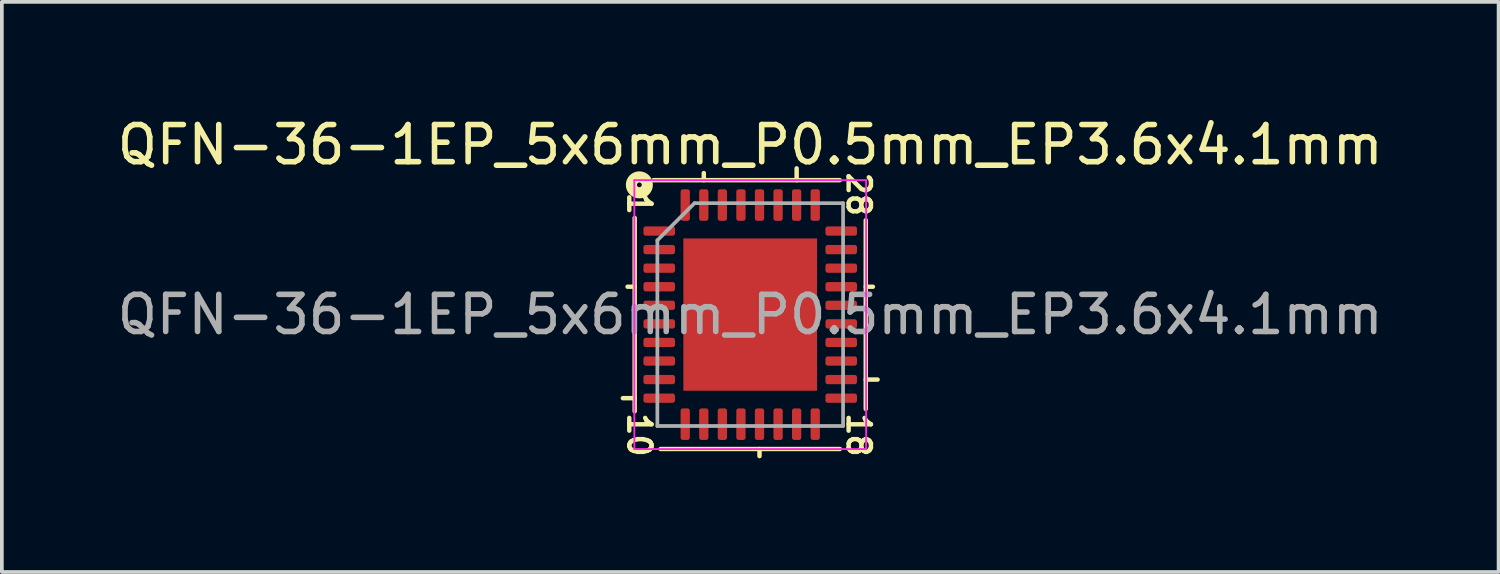
<source format=kicad_pcb>
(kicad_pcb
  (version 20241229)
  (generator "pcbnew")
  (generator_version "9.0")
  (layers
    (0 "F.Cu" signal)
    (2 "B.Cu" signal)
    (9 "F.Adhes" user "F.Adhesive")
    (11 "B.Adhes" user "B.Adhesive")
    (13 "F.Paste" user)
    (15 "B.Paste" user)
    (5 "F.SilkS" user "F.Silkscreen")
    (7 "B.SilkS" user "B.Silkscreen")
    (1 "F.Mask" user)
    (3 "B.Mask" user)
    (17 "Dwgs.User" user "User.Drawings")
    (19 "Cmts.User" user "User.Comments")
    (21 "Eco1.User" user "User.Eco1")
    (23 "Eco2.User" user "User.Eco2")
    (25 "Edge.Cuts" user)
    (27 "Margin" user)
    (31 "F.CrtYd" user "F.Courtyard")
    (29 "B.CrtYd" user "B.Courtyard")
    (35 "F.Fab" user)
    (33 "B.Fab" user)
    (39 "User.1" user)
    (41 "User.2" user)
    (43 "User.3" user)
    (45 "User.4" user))
  (footprint "QFN-36-1EP_5x6mm_P0.5mm_EP3.6x4.1mm"
    (layer "F.Cu")
    (at 17.149 5.42)
    (property "Reference" "QFN-36-1EP_5x6mm_P0.5mm_EP3.6x4.1mm" (at 0 -4.572 0) (layer "F.SilkS") (effects (font (size 1 1) (thickness 0.15))))
    (attr smd)
    (fp_line (start -3.111 -2.603) (end -3.111 2.603) (stroke (width 0.12) (type solid)) (layer "F.SilkS"))
    (fp_line (start -3.111 -0.75) (end -3.302 -0.75) (stroke (width 0.12) (type solid)) (layer "F.SilkS"))
    (fp_line (start -3.111 2.25) (end -3.429 2.25) (stroke (width 0.12) (type solid)) (layer "F.SilkS"))
    (fp_line (start -2.413 3.619) (end 2.413 3.619) (stroke (width 0.12) (type solid)) (layer "F.SilkS"))
    (fp_line (start -1.25 -3.619) (end -1.25 -3.81) (stroke (width 0.12) (type solid)) (layer "F.SilkS"))
    (fp_line (start 0.25 3.619) (end 0.25 3.81) (stroke (width 0.12) (type solid)) (layer "F.SilkS"))
    (fp_line (start 1.25 -3.619) (end 1.25 -3.937) (stroke (width 0.12) (type solid)) (layer "F.SilkS"))
    (fp_line (start 2.413 -3.619) (end -2.603 -3.619) (stroke (width 0.12) (type solid)) (layer "F.SilkS"))
    (fp_line (start 3.111 -0.75) (end 3.302 -0.75) (stroke (width 0.12) (type solid)) (layer "F.SilkS"))
    (fp_line (start 3.111 1.75) (end 3.429 1.75) (stroke (width 0.12) (type solid)) (layer "F.SilkS"))
    (fp_line (start 3.111 2.54) (end 3.111 -2.54) (stroke (width 0.12) (type solid)) (layer "F.SilkS"))
    (fp_circle (center -2.985 -3.493) (end -2.921 -3.493) (stroke (width 0.3) (type solid)) (fill no) (layer "F.SilkS"))
    (fp_line (start -3.12 -3.62) (end -3.12 3.62) (stroke (width 0.05) (type solid)) (layer "F.CrtYd"))
    (fp_line (start -3.12 3.62) (end 3.12 3.62) (stroke (width 0.05) (type solid)) (layer "F.CrtYd"))
    (fp_line (start 3.12 -3.62) (end -3.12 -3.62) (stroke (width 0.05) (type solid)) (layer "F.CrtYd"))
    (fp_line (start 3.12 3.62) (end 3.12 -3.62) (stroke (width 0.05) (type solid)) (layer "F.CrtYd"))
    (fp_line (start -2.5 -2) (end -1.5 -3) (stroke (width 0.1) (type solid)) (layer "F.Fab"))
    (fp_line (start -2.5 3) (end -2.5 -2) (stroke (width 0.1) (type solid)) (layer "F.Fab"))
    (fp_line (start -1.5 -3) (end 2.5 -3) (stroke (width 0.1) (type solid)) (layer "F.Fab"))
    (fp_line (start 2.5 -3) (end 2.5 3) (stroke (width 0.1) (type solid)) (layer "F.Fab"))
    (fp_line (start 2.5 3) (end -2.5 3) (stroke (width 0.1) (type solid)) (layer "F.Fab"))
    (fp_text user "10" (at -2.985 3.239 270) (unlocked yes) (layer "F.SilkS") (effects (font (size 0.6 0.6) (thickness 0.12))))
    (fp_text user "1" (at -2.985 -2.985 270) (unlocked yes) (layer "F.SilkS") (effects (font (size 0.6 0.6) (thickness 0.12))))
    (fp_text user "28" (at 2.921 -3.239 270) (unlocked yes) (layer "F.SilkS") (effects (font (size 0.6 0.6) (thickness 0.12))))
    (fp_text user "18" (at 2.921 3.239 270) (unlocked yes) (layer "F.SilkS") (effects (font (size 0.6 0.6) (thickness 0.12))))
    (fp_text user "${REFERENCE}" (at 0 0 0) (layer "F.Fab") (effects (font (size 1 1) (thickness 0.15))))
    (pad "" smd roundrect (at -1.2 -1.37) (size 0.97 1.1) (layers "F.Paste") (roundrect_rratio 0.25))
    (pad "" smd roundrect (at -1.2 0) (size 0.97 1.1) (layers "F.Paste") (roundrect_rratio 0.25))
    (pad "" smd roundrect (at -1.2 1.37) (size 0.97 1.1) (layers "F.Paste") (roundrect_rratio 0.25))
    (pad "" smd roundrect (at 0 -1.37) (size 0.97 1.1) (layers "F.Paste") (roundrect_rratio 0.25))
    (pad "" smd roundrect (at 0 0) (size 0.97 1.1) (layers "F.Paste") (roundrect_rratio 0.25))
    (pad "" smd roundrect (at 0 1.37) (size 0.97 1.1) (layers "F.Paste") (roundrect_rratio 0.25))
    (pad "" smd roundrect (at 1.2 -1.37) (size 0.97 1.1) (layers "F.Paste") (roundrect_rratio 0.25))
    (pad "" smd roundrect (at 1.2 0) (size 0.97 1.1) (layers "F.Paste") (roundrect_rratio 0.25))
    (pad "" smd roundrect (at 1.2 1.37) (size 0.97 1.1) (layers "F.Paste") (roundrect_rratio 0.25))
    (pad "1" smd roundrect (at -2.45 -2.25) (size 0.85 0.25) (layers "F.Cu" "F.Mask" "F.Paste") (roundrect_rratio 0.25))
    (pad "2" smd roundrect (at -2.45 -1.75) (size 0.85 0.25) (layers "F.Cu" "F.Mask" "F.Paste") (roundrect_rratio 0.25))
    (pad "3" smd roundrect (at -2.45 -1.25) (size 0.85 0.25) (layers "F.Cu" "F.Mask" "F.Paste") (roundrect_rratio 0.25))
    (pad "4" smd roundrect (at -2.45 -0.75) (size 0.85 0.25) (layers "F.Cu" "F.Mask" "F.Paste") (roundrect_rratio 0.25))
    (pad "5" smd roundrect (at -2.45 -0.25) (size 0.85 0.25) (layers "F.Cu" "F.Mask" "F.Paste") (roundrect_rratio 0.25))
    (pad "6" smd roundrect (at -2.45 0.25) (size 0.85 0.25) (layers "F.Cu" "F.Mask" "F.Paste") (roundrect_rratio 0.25))
    (pad "7" smd roundrect (at -2.45 0.75) (size 0.85 0.25) (layers "F.Cu" "F.Mask" "F.Paste") (roundrect_rratio 0.25))
    (pad "8" smd roundrect (at -2.45 1.25) (size 0.85 0.25) (layers "F.Cu" "F.Mask" "F.Paste") (roundrect_rratio 0.25))
    (pad "9" smd roundrect (at -2.45 1.75) (size 0.85 0.25) (layers "F.Cu" "F.Mask" "F.Paste") (roundrect_rratio 0.25))
    (pad "10" smd roundrect (at -2.45 2.25) (size 0.85 0.25) (layers "F.Cu" "F.Mask" "F.Paste") (roundrect_rratio 0.25))
    (pad "11" smd roundrect (at -1.75 2.95) (size 0.25 0.85) (layers "F.Cu" "F.Mask" "F.Paste") (roundrect_rratio 0.25))
    (pad "12" smd roundrect (at -1.25 2.95) (size 0.25 0.85) (layers "F.Cu" "F.Mask" "F.Paste") (roundrect_rratio 0.25))
    (pad "13" smd roundrect (at -0.75 2.95) (size 0.25 0.85) (layers "F.Cu" "F.Mask" "F.Paste") (roundrect_rratio 0.25))
    (pad "14" smd roundrect (at -0.25 2.95) (size 0.25 0.85) (layers "F.Cu" "F.Mask" "F.Paste") (roundrect_rratio 0.25))
    (pad "15" smd roundrect (at 0.25 2.95) (size 0.25 0.85) (layers "F.Cu" "F.Mask" "F.Paste") (roundrect_rratio 0.25))
    (pad "16" smd roundrect (at 0.75 2.95) (size 0.25 0.85) (layers "F.Cu" "F.Mask" "F.Paste") (roundrect_rratio 0.25))
    (pad "17" smd roundrect (at 1.25 2.95) (size 0.25 0.85) (layers "F.Cu" "F.Mask" "F.Paste") (roundrect_rratio 0.25))
    (pad "18" smd roundrect (at 1.75 2.95) (size 0.25 0.85) (layers "F.Cu" "F.Mask" "F.Paste") (roundrect_rratio 0.25))
    (pad "19" smd roundrect (at 2.45 2.25) (size 0.85 0.25) (layers "F.Cu" "F.Mask" "F.Paste") (roundrect_rratio 0.25))
    (pad "20" smd roundrect (at 2.45 1.75) (size 0.85 0.25) (layers "F.Cu" "F.Mask" "F.Paste") (roundrect_rratio 0.25))
    (pad "21" smd roundrect (at 2.45 1.25) (size 0.85 0.25) (layers "F.Cu" "F.Mask" "F.Paste") (roundrect_rratio 0.25))
    (pad "22" smd roundrect (at 2.45 0.75) (size 0.85 0.25) (layers "F.Cu" "F.Mask" "F.Paste") (roundrect_rratio 0.25))
    (pad "23" smd roundrect (at 2.45 0.25) (size 0.85 0.25) (layers "F.Cu" "F.Mask" "F.Paste") (roundrect_rratio 0.25))
    (pad "24" smd roundrect (at 2.45 -0.25) (size 0.85 0.25) (layers "F.Cu" "F.Mask" "F.Paste") (roundrect_rratio 0.25))
    (pad "25" smd roundrect (at 2.45 -0.75) (size 0.85 0.25) (layers "F.Cu" "F.Mask" "F.Paste") (roundrect_rratio 0.25))
    (pad "26" smd roundrect (at 2.45 -1.25) (size 0.85 0.25) (layers "F.Cu" "F.Mask" "F.Paste") (roundrect_rratio 0.25))
    (pad "27" smd roundrect (at 2.45 -1.75) (size 0.85 0.25) (layers "F.Cu" "F.Mask" "F.Paste") (roundrect_rratio 0.25))
    (pad "28" smd roundrect (at 2.45 -2.25) (size 0.85 0.25) (layers "F.Cu" "F.Mask" "F.Paste") (roundrect_rratio 0.25))
    (pad "29" smd roundrect (at 1.75 -2.95) (size 0.25 0.85) (layers "F.Cu" "F.Mask" "F.Paste") (roundrect_rratio 0.25))
    (pad "30" smd roundrect (at 1.25 -2.95) (size 0.25 0.85) (layers "F.Cu" "F.Mask" "F.Paste") (roundrect_rratio 0.25))
    (pad "31" smd roundrect (at 0.75 -2.95) (size 0.25 0.85) (layers "F.Cu" "F.Mask" "F.Paste") (roundrect_rratio 0.25))
    (pad "32" smd roundrect (at 0.25 -2.95) (size 0.25 0.85) (layers "F.Cu" "F.Mask" "F.Paste") (roundrect_rratio 0.25))
    (pad "33" smd roundrect (at -0.25 -2.95) (size 0.25 0.85) (layers "F.Cu" "F.Mask" "F.Paste") (roundrect_rratio 0.25))
    (pad "34" smd roundrect (at -0.75 -2.95) (size 0.25 0.85) (layers "F.Cu" "F.Mask" "F.Paste") (roundrect_rratio 0.25))
    (pad "35" smd roundrect (at -1.25 -2.95) (size 0.25 0.85) (layers "F.Cu" "F.Mask" "F.Paste") (roundrect_rratio 0.25))
    (pad "36" smd roundrect (at -1.75 -2.95) (size 0.25 0.85) (layers "F.Cu" "F.Mask" "F.Paste") (roundrect_rratio 0.25))
    (pad "37" smd rect (at 0 0) (size 3.6 4.1) (layers "F.Cu" "F.Mask")))
  (gr_rect
    (start -3 -3)
    (end 37.298 12.35)
    (stroke (width 0.1) (type default))
    (fill no)
    (layer "Edge.Cuts")))
</source>
